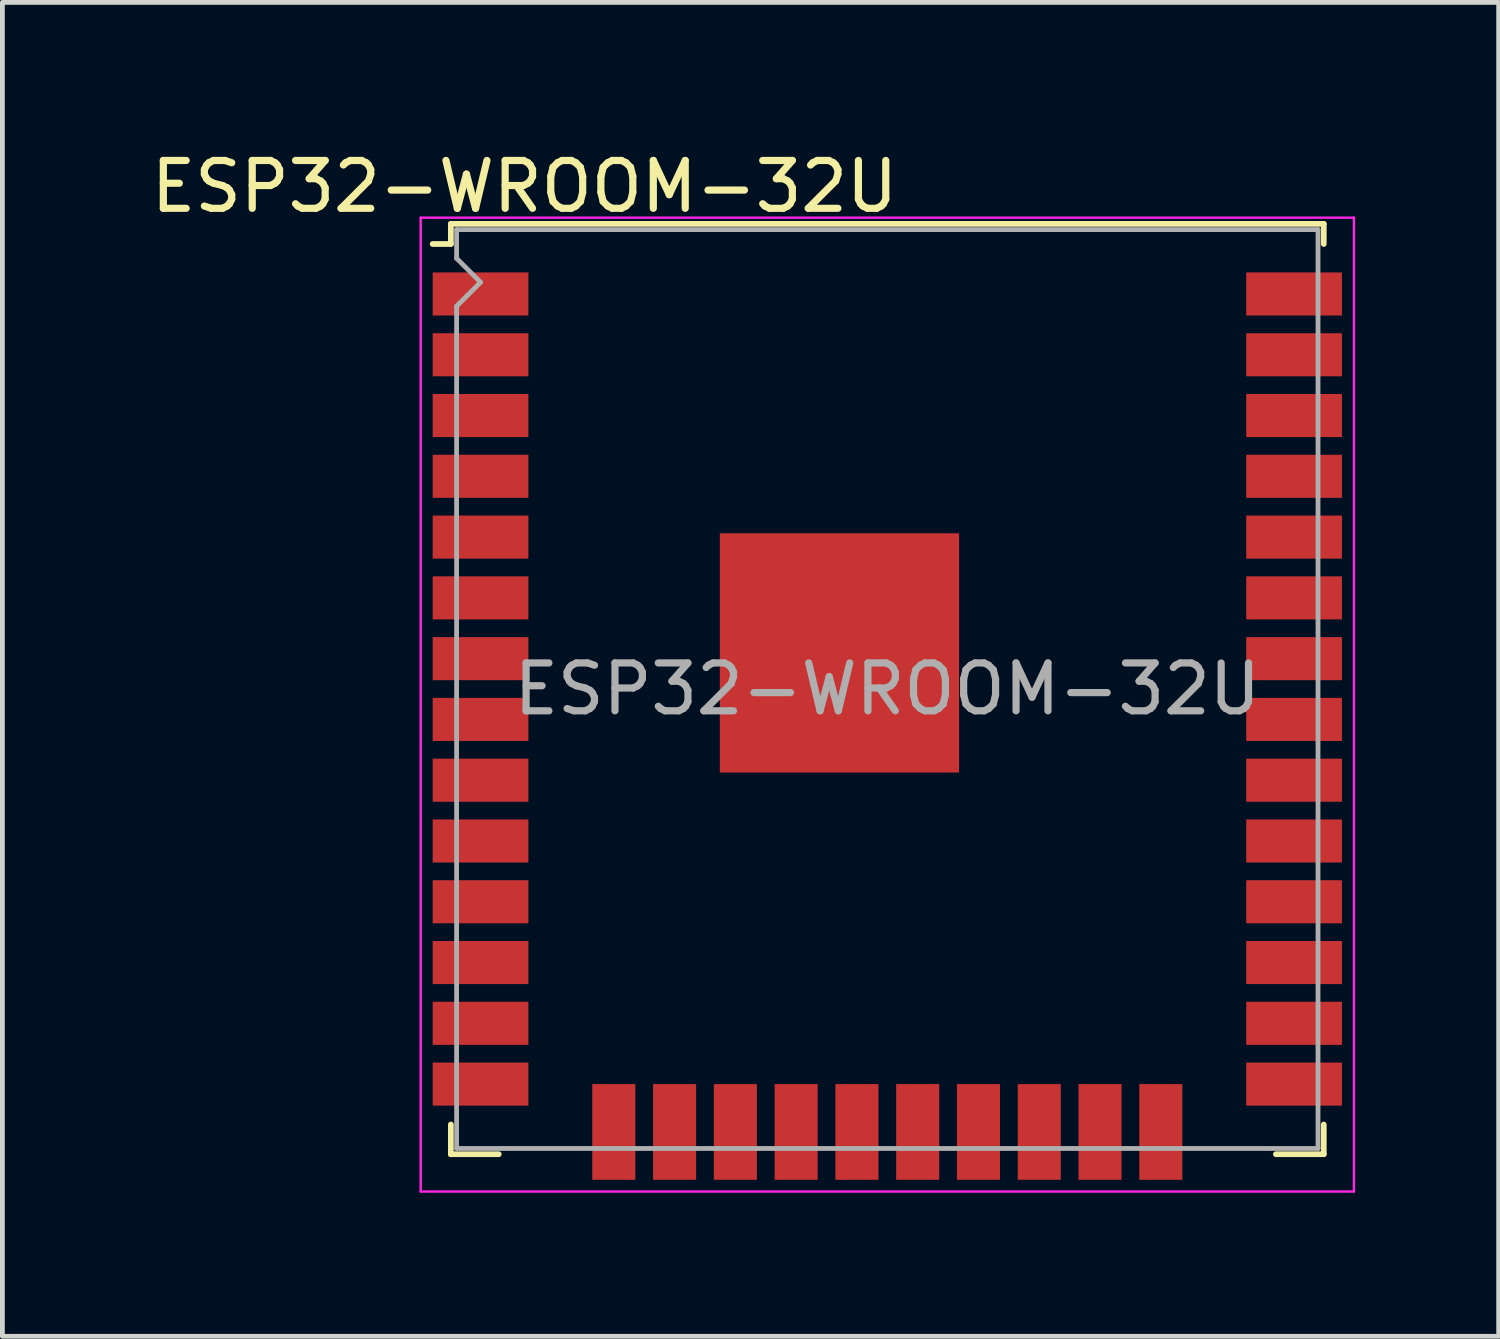
<source format=kicad_pcb>
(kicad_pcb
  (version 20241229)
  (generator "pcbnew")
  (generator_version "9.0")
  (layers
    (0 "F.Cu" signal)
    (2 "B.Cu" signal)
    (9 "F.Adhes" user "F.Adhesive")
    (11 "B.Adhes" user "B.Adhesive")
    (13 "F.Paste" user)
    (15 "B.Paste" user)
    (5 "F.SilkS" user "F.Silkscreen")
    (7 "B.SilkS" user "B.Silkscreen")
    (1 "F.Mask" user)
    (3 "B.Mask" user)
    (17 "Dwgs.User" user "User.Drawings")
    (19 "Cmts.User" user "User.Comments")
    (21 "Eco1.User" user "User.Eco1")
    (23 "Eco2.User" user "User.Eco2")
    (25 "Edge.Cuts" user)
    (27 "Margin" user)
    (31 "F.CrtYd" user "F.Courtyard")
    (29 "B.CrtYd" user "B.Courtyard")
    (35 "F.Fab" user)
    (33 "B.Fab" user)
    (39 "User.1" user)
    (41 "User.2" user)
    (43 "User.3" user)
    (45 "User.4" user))
  (footprint "ESP32-WROOM-32U"
    (layer "F.Cu")
    (at 15.491 11.348)
    (property "Reference" "ESP32-WROOM-32U" (at -7.58 -10.5 180) (layer "F.SilkS") (effects (font (size 1 1) (thickness 0.15))))
    (attr smd)
    (fp_line (start -9.12 -9.72) (end -9.12 -9.3) (stroke (width 0.12) (type solid)) (layer "F.SilkS"))
    (fp_line (start -9.12 -9.72) (end 9.12 -9.72) (stroke (width 0.12) (type solid)) (layer "F.SilkS"))
    (fp_line (start -9.12 -9.3) (end -9.5 -9.3) (stroke (width 0.12) (type solid)) (layer "F.SilkS"))
    (fp_line (start -9.12 9.1) (end -9.12 9.72) (stroke (width 0.12) (type solid)) (layer "F.SilkS"))
    (fp_line (start -9.12 9.72) (end -8.12 9.72) (stroke (width 0.12) (type solid)) (layer "F.SilkS"))
    (fp_line (start 9.12 -9.72) (end 9.12 -9.3) (stroke (width 0.12) (type solid)) (layer "F.SilkS"))
    (fp_line (start 9.12 9.1) (end 9.12 9.72) (stroke (width 0.12) (type solid)) (layer "F.SilkS"))
    (fp_line (start 9.12 9.72) (end 8.12 9.72) (stroke (width 0.12) (type solid)) (layer "F.SilkS"))
    (fp_line (start -9.75 10.5) (end -9.75 -9.85) (stroke (width 0.05) (type solid)) (layer "F.CrtYd"))
    (fp_line (start -9.75 10.5) (end 9.75 10.5) (stroke (width 0.05) (type solid)) (layer "F.CrtYd"))
    (fp_line (start 9.75 -9.85) (end -9.75 -9.85) (stroke (width 0.05) (type solid)) (layer "F.CrtYd"))
    (fp_line (start 9.75 -9.85) (end 9.75 10.5) (stroke (width 0.05) (type solid)) (layer "F.CrtYd"))
    (fp_line (start -9 -9.6) (end -9 -9) (stroke (width 0.1) (type solid)) (layer "F.Fab"))
    (fp_line (start -9 -9.6) (end 9 -9.6) (stroke (width 0.1) (type solid)) (layer "F.Fab"))
    (fp_line (start -9 -8) (end -9 9.6) (stroke (width 0.1) (type solid)) (layer "F.Fab"))
    (fp_line (start -9 -8) (end -8.5 -8.5) (stroke (width 0.1) (type solid)) (layer "F.Fab"))
    (fp_line (start -9 9.6) (end 9 9.6) (stroke (width 0.1) (type solid)) (layer "F.Fab"))
    (fp_line (start -8.5 -8.5) (end -9 -9) (stroke (width 0.1) (type solid)) (layer "F.Fab"))
    (fp_line (start 9 9.6) (end 9 -9.6) (stroke (width 0.1) (type solid)) (layer "F.Fab"))
    (fp_text user "${REFERENCE}" (at 0 0 0) (layer "F.Fab") (effects (font (size 1 1) (thickness 0.15))))
    (pad "1" smd rect (at -8.5 -8.255) (size 2 0.9) (layers "F.Cu" "F.Mask" "F.Paste"))
    (pad "2" smd rect (at -8.5 -6.985) (size 2 0.9) (layers "F.Cu" "F.Mask" "F.Paste"))
    (pad "3" smd rect (at -8.5 -5.715) (size 2 0.9) (layers "F.Cu" "F.Mask" "F.Paste"))
    (pad "4" smd rect (at -8.5 -4.445) (size 2 0.9) (layers "F.Cu" "F.Mask" "F.Paste"))
    (pad "5" smd rect (at -8.5 -3.175) (size 2 0.9) (layers "F.Cu" "F.Mask" "F.Paste"))
    (pad "6" smd rect (at -8.5 -1.905) (size 2 0.9) (layers "F.Cu" "F.Mask" "F.Paste"))
    (pad "7" smd rect (at -8.5 -0.635) (size 2 0.9) (layers "F.Cu" "F.Mask" "F.Paste"))
    (pad "8" smd rect (at -8.5 0.635) (size 2 0.9) (layers "F.Cu" "F.Mask" "F.Paste"))
    (pad "9" smd rect (at -8.5 1.905) (size 2 0.9) (layers "F.Cu" "F.Mask" "F.Paste"))
    (pad "10" smd rect (at -8.5 3.175) (size 2 0.9) (layers "F.Cu" "F.Mask" "F.Paste"))
    (pad "11" smd rect (at -8.5 4.445) (size 2 0.9) (layers "F.Cu" "F.Mask" "F.Paste"))
    (pad "12" smd rect (at -8.5 5.715) (size 2 0.9) (layers "F.Cu" "F.Mask" "F.Paste"))
    (pad "13" smd rect (at -8.5 6.985) (size 2 0.9) (layers "F.Cu" "F.Mask" "F.Paste"))
    (pad "14" smd rect (at -8.5 8.255) (size 2 0.9) (layers "F.Cu" "F.Mask" "F.Paste"))
    (pad "15" smd rect (at -5.715 9.255 270) (size 2 0.9) (layers "F.Cu" "F.Mask" "F.Paste"))
    (pad "16" smd rect (at -4.445 9.255 90) (size 2 0.9) (layers "F.Cu" "F.Mask" "F.Paste"))
    (pad "17" smd rect (at -3.175 9.255 90) (size 2 0.9) (layers "F.Cu" "F.Mask" "F.Paste"))
    (pad "18" smd rect (at -1.905 9.255 90) (size 2 0.9) (layers "F.Cu" "F.Mask" "F.Paste"))
    (pad "19" smd rect (at -0.635 9.255 90) (size 2 0.9) (layers "F.Cu" "F.Mask" "F.Paste"))
    (pad "20" smd rect (at 0.635 9.255 90) (size 2 0.9) (layers "F.Cu" "F.Mask" "F.Paste"))
    (pad "21" smd rect (at 1.905 9.255 90) (size 2 0.9) (layers "F.Cu" "F.Mask" "F.Paste"))
    (pad "22" smd rect (at 3.175 9.255 90) (size 2 0.9) (layers "F.Cu" "F.Mask" "F.Paste"))
    (pad "23" smd rect (at 4.445 9.255 90) (size 2 0.9) (layers "F.Cu" "F.Mask" "F.Paste"))
    (pad "24" smd rect (at 5.715 9.255 90) (size 2 0.9) (layers "F.Cu" "F.Mask" "F.Paste"))
    (pad "25" smd rect (at 8.5 8.255) (size 2 0.9) (layers "F.Cu" "F.Mask" "F.Paste"))
    (pad "26" smd rect (at 8.5 6.985) (size 2 0.9) (layers "F.Cu" "F.Mask" "F.Paste"))
    (pad "27" smd rect (at 8.5 5.715) (size 2 0.9) (layers "F.Cu" "F.Mask" "F.Paste"))
    (pad "28" smd rect (at 8.5 4.445) (size 2 0.9) (layers "F.Cu" "F.Mask" "F.Paste"))
    (pad "29" smd rect (at 8.5 3.175) (size 2 0.9) (layers "F.Cu" "F.Mask" "F.Paste"))
    (pad "30" smd rect (at 8.5 1.905) (size 2 0.9) (layers "F.Cu" "F.Mask" "F.Paste"))
    (pad "31" smd rect (at 8.5 0.635) (size 2 0.9) (layers "F.Cu" "F.Mask" "F.Paste"))
    (pad "32" smd rect (at 8.5 -0.635) (size 2 0.9) (layers "F.Cu" "F.Mask" "F.Paste"))
    (pad "33" smd rect (at 8.5 -1.905) (size 2 0.9) (layers "F.Cu" "F.Mask" "F.Paste"))
    (pad "34" smd rect (at 8.5 -3.175) (size 2 0.9) (layers "F.Cu" "F.Mask" "F.Paste"))
    (pad "35" smd rect (at 8.5 -4.445) (size 2 0.9) (layers "F.Cu" "F.Mask" "F.Paste"))
    (pad "36" smd rect (at 8.5 -5.715) (size 2 0.9) (layers "F.Cu" "F.Mask" "F.Paste"))
    (pad "37" smd rect (at 8.5 -6.985) (size 2 0.9) (layers "F.Cu" "F.Mask" "F.Paste"))
    (pad "38" smd rect (at 8.5 -8.255) (size 2 0.9) (layers "F.Cu" "F.Mask" "F.Paste"))
    (pad "39" smd rect (at -1 -0.755) (size 5 5) (layers "F.Cu" "F.Mask" "F.Paste")))
  (gr_rect
    (start -3 -3)
    (end 28.266 24.873)
    (stroke (width 0.1) (type default))
    (fill no)
    (layer "Edge.Cuts")))
</source>
